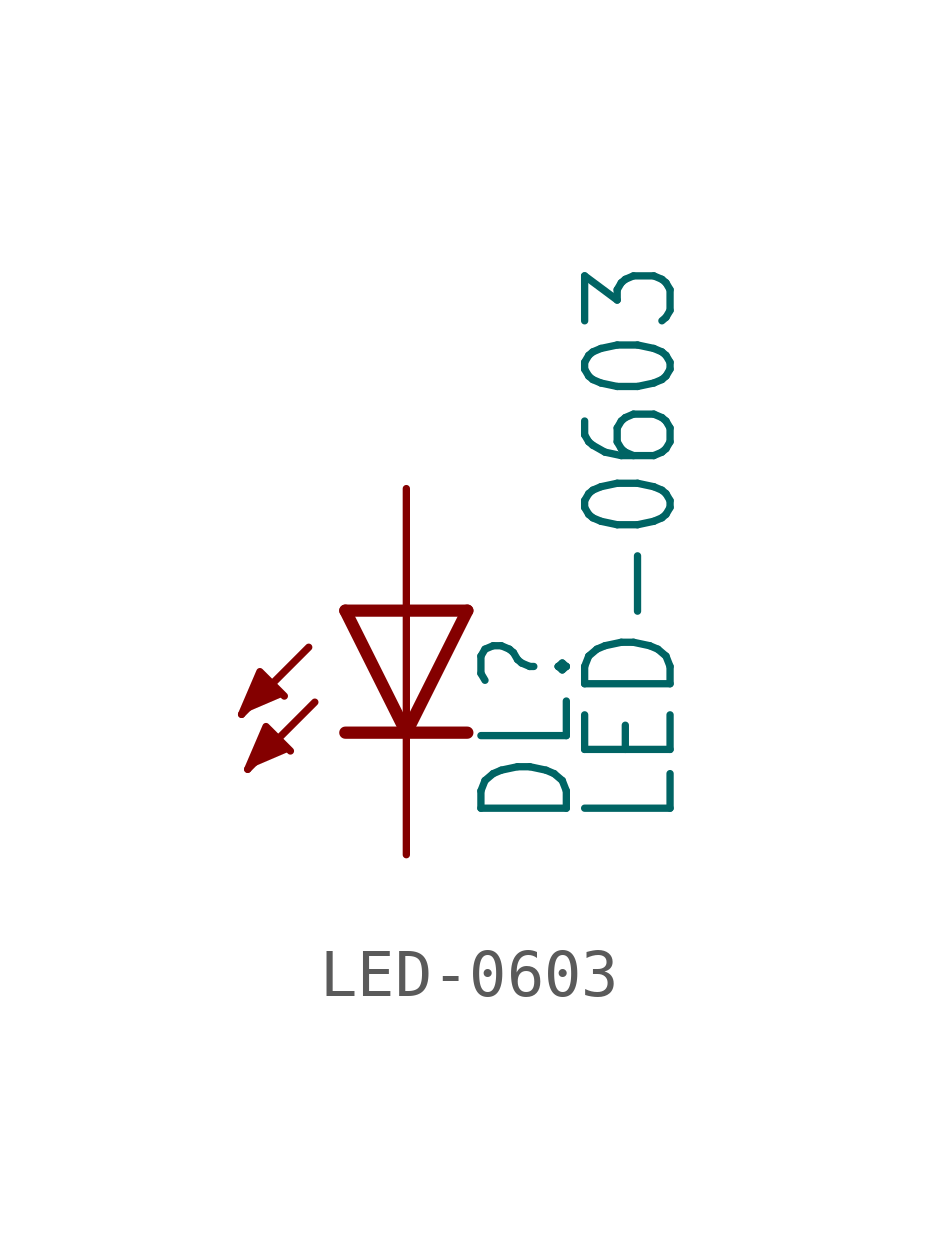
<source format=kicad_sym>
(kicad_symbol_lib
  (version 20211014)
  (generator kicad_symbol_editor)
  (symbol "LED-0603"
    (property "Reference" "DL"
      (at 3.556 -4.572 90)
      (effects (font (size 1.778 1.511)) (justify left bottom)))
    (property "Value" "LED-0603"
      (at 5.715 -4.572 90)
      (effects (font (size 1.778 1.511)) (justify left bottom)))
    (property "ki_locked" ""
      (at 0 0 0)
      (effects (font (size 1.27 1.27))))
    (symbol "LED-0603_1_0"
      (polyline (pts (xy -2.032 -0.762) (xy -3.429 -2.159)) (stroke (width 0.152) (type default) (color 0 0 0 0)) (fill (type none)))
      (polyline (pts (xy -1.905 -1.905) (xy -3.302 -3.302)) (stroke (width 0.152) (type default) (color 0 0 0 0)) (fill (type none)))
      (polyline (pts (xy 0 -2.54) (xy -1.27 -2.54)) (stroke (width 0.254) (type default) (color 0 0 0 0)) (fill (type none)))
      (polyline (pts (xy 0 -2.54) (xy -1.27 0)) (stroke (width 0.254) (type default) (color 0 0 0 0)) (fill (type none)))
      (polyline (pts (xy 0 0) (xy -1.27 0)) (stroke (width 0.254) (type default) (color 0 0 0 0)) (fill (type none)))
      (polyline (pts (xy 0 0) (xy 0 -2.54)) (stroke (width 0.152) (type default) (color 0 0 0 0)) (fill (type none)))
      (polyline (pts (xy 1.27 -2.54) (xy 0 -2.54)) (stroke (width 0.254) (type default) (color 0 0 0 0)) (fill (type none)))
      (polyline (pts (xy 1.27 0) (xy 0 -2.54)) (stroke (width 0.254) (type default) (color 0 0 0 0)) (fill (type none)))
      (polyline (pts (xy 1.27 0) (xy 0 0)) (stroke (width 0.254) (type default) (color 0 0 0 0)) (fill (type none)))
      (polyline (pts (xy -3.429 -2.159) (xy -3.048 -1.27) (xy -2.54 -1.778)) (stroke (width 0) (type default) (color 0 0 0 0)) (fill (type outline)))
      (polyline (pts (xy -3.302 -3.302) (xy -2.921 -2.413) (xy -2.413 -2.921)) (stroke (width 0) (type default) (color 0 0 0 0)) (fill (type outline)))
      (pin passive line (at 0 2.54 270) (length 2.54) (name "A" (effects (font (size 0 0)))) (number "A" (effects (font (size 0 0)))))
      (pin passive line (at 0 -5.08 90) (length 2.54) (name "C" (effects (font (size 0 0)))) (number "C" (effects (font (size 0 0))))))))
</source>
